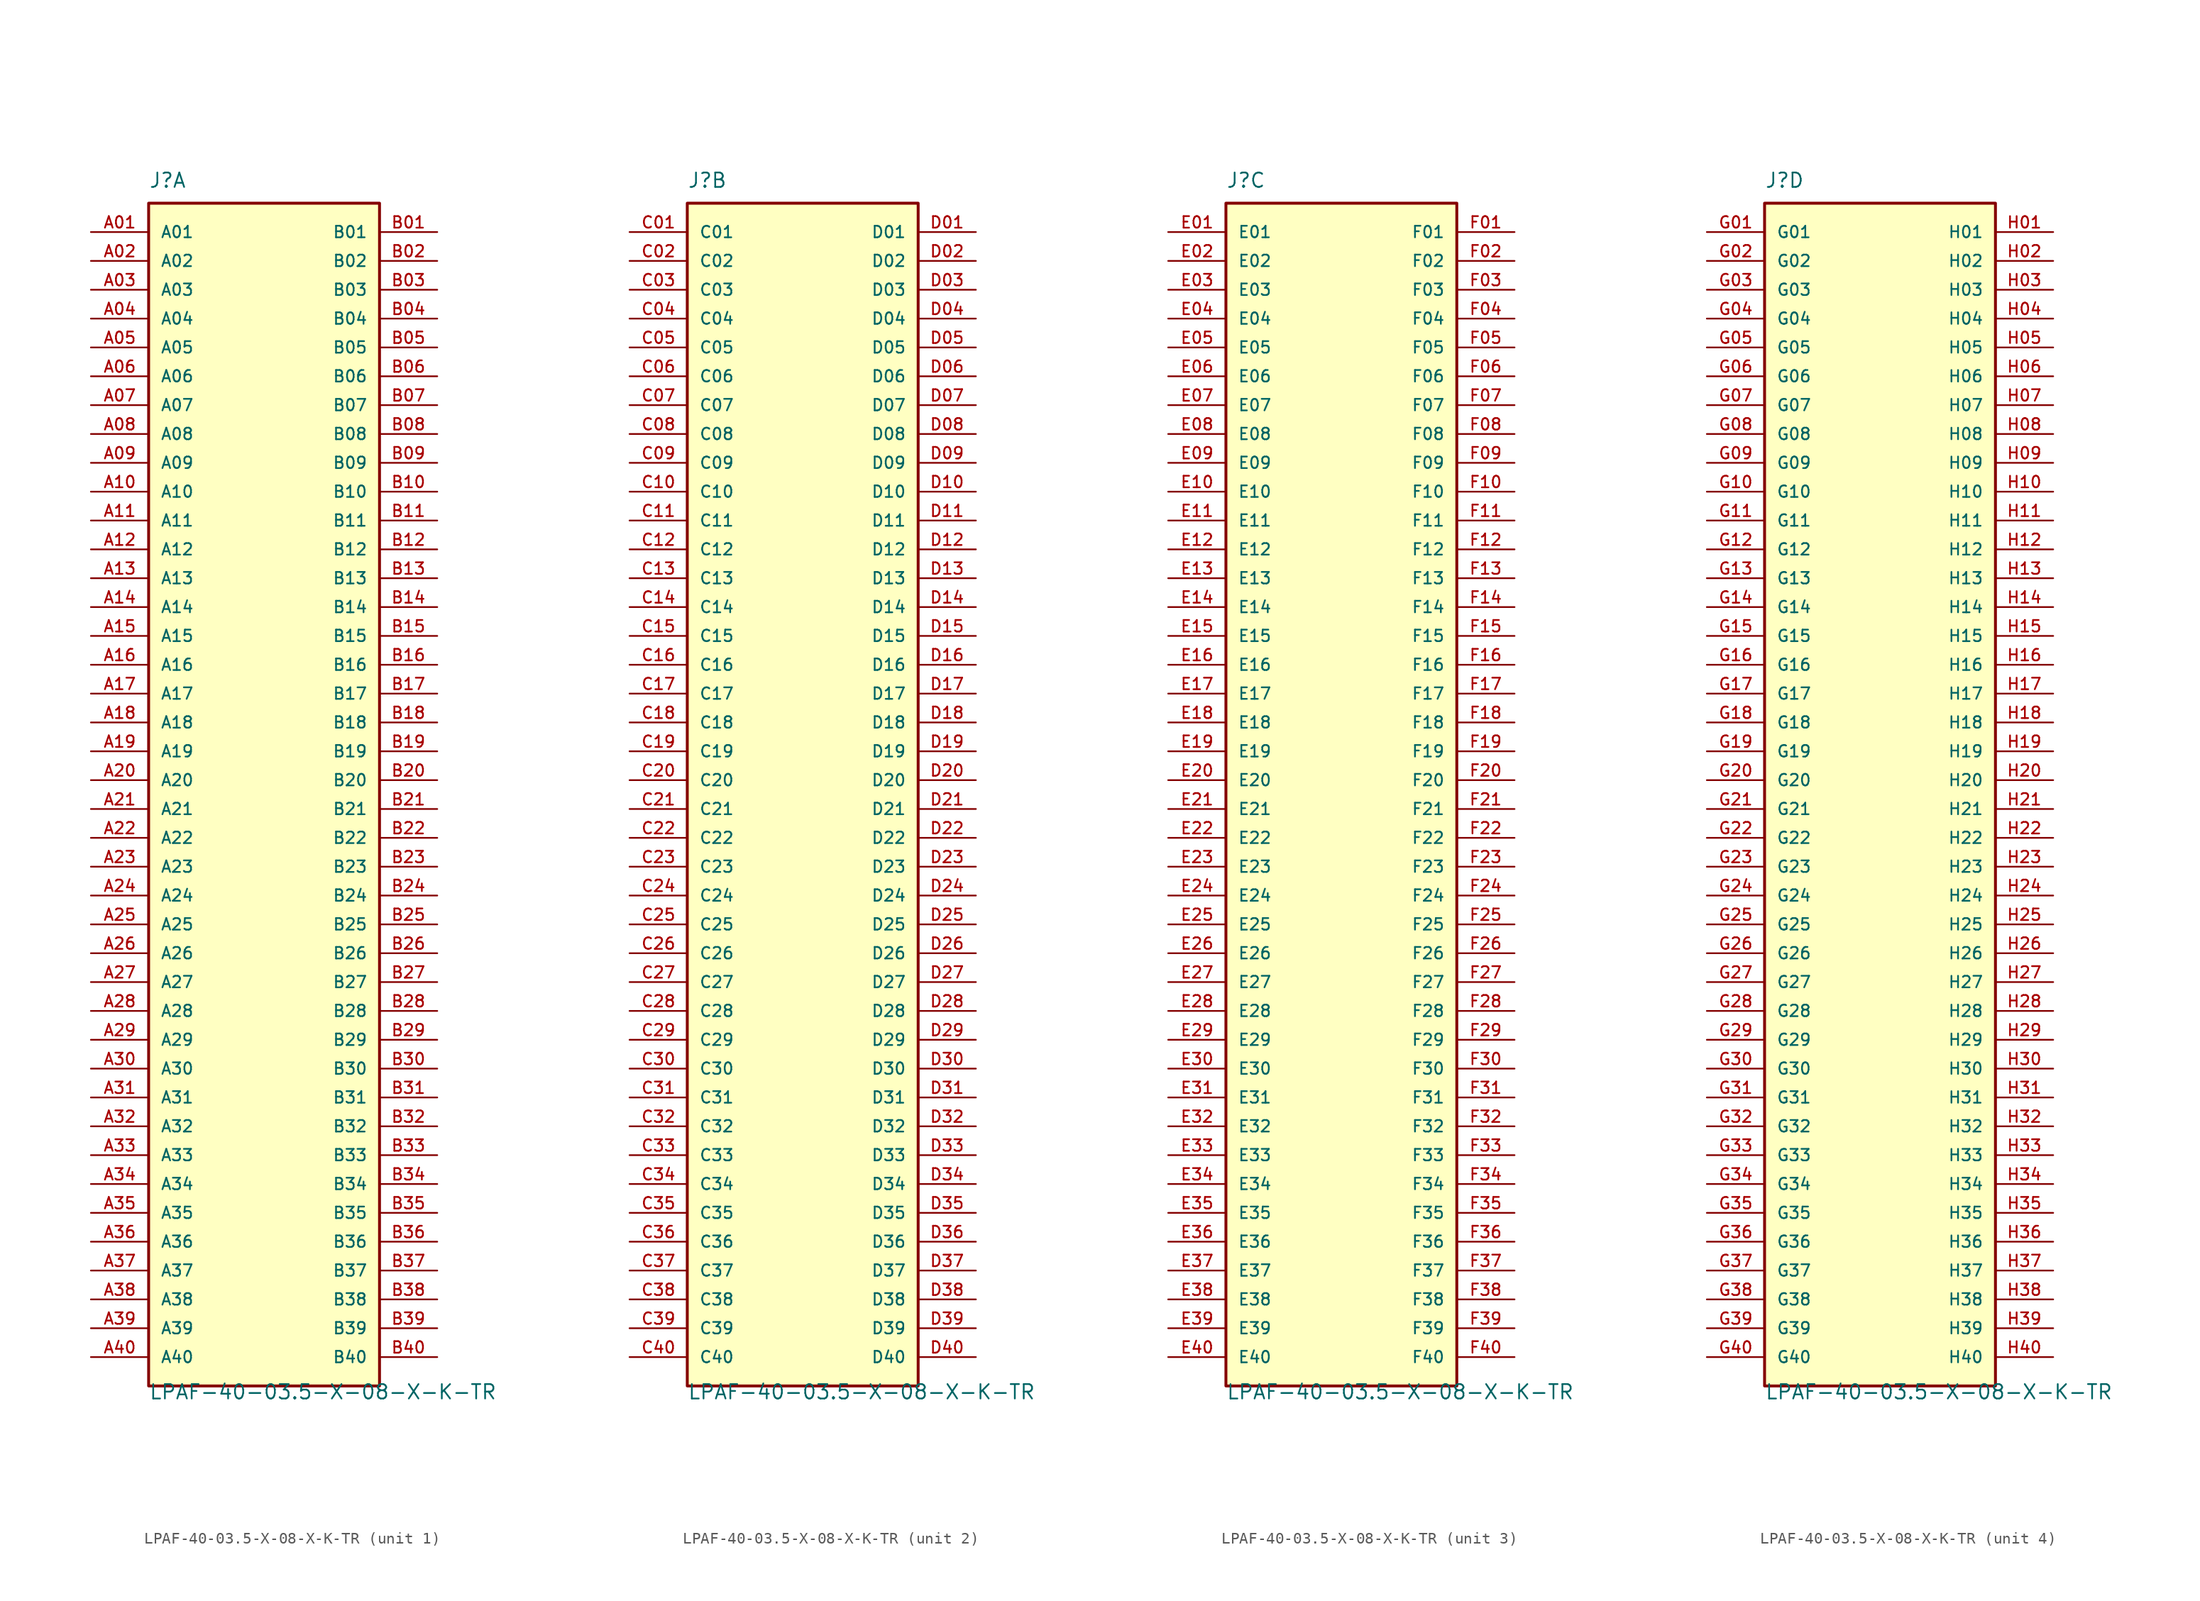
<source format=kicad_sym>
(kicad_symbol_lib
  (version 20211014)
  (generator kicad_symbol_editor)
  (symbol "LPAF-40-03.5-X-08-X-K-TR"
    (pin_names
      (offset 1.016))
    (property "Reference" "J"
      (at -10.16 52.07 0)
      (effects (font (size 1.27 1.27)) (justify left bottom)))
    (property "Value" "LPAF-40-03.5-X-08-X-K-TR"
      (at -10.16 -54.61 0)
      (effects (font (size 1.27 1.27)) (justify left bottom)))
    (property "ki_locked" ""
      (at 0 0 0)
      (effects (font (size 1.27 1.27))))
    (symbol "LPAF-40-03.5-X-08-X-K-TR_1_0"
      (rectangle (start -10.16 -53.34) (end 10.16 50.8) (stroke (width 0.254) (type default) (color 0 0 0 0)) (fill (type background)))
      (pin passive line (at -15.24 48.26 0) (length 5.08) (name "A01" (effects (font (size 1.016 1.016)))) (number "A01" (effects (font (size 1.016 1.016)))))
      (pin passive line (at -15.24 45.72 0) (length 5.08) (name "A02" (effects (font (size 1.016 1.016)))) (number "A02" (effects (font (size 1.016 1.016)))))
      (pin passive line (at -15.24 43.18 0) (length 5.08) (name "A03" (effects (font (size 1.016 1.016)))) (number "A03" (effects (font (size 1.016 1.016)))))
      (pin passive line (at -15.24 40.64 0) (length 5.08) (name "A04" (effects (font (size 1.016 1.016)))) (number "A04" (effects (font (size 1.016 1.016)))))
      (pin passive line (at -15.24 38.1 0) (length 5.08) (name "A05" (effects (font (size 1.016 1.016)))) (number "A05" (effects (font (size 1.016 1.016)))))
      (pin passive line (at -15.24 35.56 0) (length 5.08) (name "A06" (effects (font (size 1.016 1.016)))) (number "A06" (effects (font (size 1.016 1.016)))))
      (pin passive line (at -15.24 33.02 0) (length 5.08) (name "A07" (effects (font (size 1.016 1.016)))) (number "A07" (effects (font (size 1.016 1.016)))))
      (pin passive line (at -15.24 30.48 0) (length 5.08) (name "A08" (effects (font (size 1.016 1.016)))) (number "A08" (effects (font (size 1.016 1.016)))))
      (pin passive line (at -15.24 27.94 0) (length 5.08) (name "A09" (effects (font (size 1.016 1.016)))) (number "A09" (effects (font (size 1.016 1.016)))))
      (pin passive line (at -15.24 25.4 0) (length 5.08) (name "A10" (effects (font (size 1.016 1.016)))) (number "A10" (effects (font (size 1.016 1.016)))))
      (pin passive line (at -15.24 22.86 0) (length 5.08) (name "A11" (effects (font (size 1.016 1.016)))) (number "A11" (effects (font (size 1.016 1.016)))))
      (pin passive line (at -15.24 20.32 0) (length 5.08) (name "A12" (effects (font (size 1.016 1.016)))) (number "A12" (effects (font (size 1.016 1.016)))))
      (pin passive line (at -15.24 17.78 0) (length 5.08) (name "A13" (effects (font (size 1.016 1.016)))) (number "A13" (effects (font (size 1.016 1.016)))))
      (pin passive line (at -15.24 15.24 0) (length 5.08) (name "A14" (effects (font (size 1.016 1.016)))) (number "A14" (effects (font (size 1.016 1.016)))))
      (pin passive line (at -15.24 12.7 0) (length 5.08) (name "A15" (effects (font (size 1.016 1.016)))) (number "A15" (effects (font (size 1.016 1.016)))))
      (pin passive line (at -15.24 10.16 0) (length 5.08) (name "A16" (effects (font (size 1.016 1.016)))) (number "A16" (effects (font (size 1.016 1.016)))))
      (pin passive line (at -15.24 7.62 0) (length 5.08) (name "A17" (effects (font (size 1.016 1.016)))) (number "A17" (effects (font (size 1.016 1.016)))))
      (pin passive line (at -15.24 5.08 0) (length 5.08) (name "A18" (effects (font (size 1.016 1.016)))) (number "A18" (effects (font (size 1.016 1.016)))))
      (pin passive line (at -15.24 2.54 0) (length 5.08) (name "A19" (effects (font (size 1.016 1.016)))) (number "A19" (effects (font (size 1.016 1.016)))))
      (pin passive line (at -15.24 0 0) (length 5.08) (name "A20" (effects (font (size 1.016 1.016)))) (number "A20" (effects (font (size 1.016 1.016)))))
      (pin passive line (at -15.24 -2.54 0) (length 5.08) (name "A21" (effects (font (size 1.016 1.016)))) (number "A21" (effects (font (size 1.016 1.016)))))
      (pin passive line (at -15.24 -5.08 0) (length 5.08) (name "A22" (effects (font (size 1.016 1.016)))) (number "A22" (effects (font (size 1.016 1.016)))))
      (pin passive line (at -15.24 -7.62 0) (length 5.08) (name "A23" (effects (font (size 1.016 1.016)))) (number "A23" (effects (font (size 1.016 1.016)))))
      (pin passive line (at -15.24 -10.16 0) (length 5.08) (name "A24" (effects (font (size 1.016 1.016)))) (number "A24" (effects (font (size 1.016 1.016)))))
      (pin passive line (at -15.24 -12.7 0) (length 5.08) (name "A25" (effects (font (size 1.016 1.016)))) (number "A25" (effects (font (size 1.016 1.016)))))
      (pin passive line (at -15.24 -15.24 0) (length 5.08) (name "A26" (effects (font (size 1.016 1.016)))) (number "A26" (effects (font (size 1.016 1.016)))))
      (pin passive line (at -15.24 -17.78 0) (length 5.08) (name "A27" (effects (font (size 1.016 1.016)))) (number "A27" (effects (font (size 1.016 1.016)))))
      (pin passive line (at -15.24 -20.32 0) (length 5.08) (name "A28" (effects (font (size 1.016 1.016)))) (number "A28" (effects (font (size 1.016 1.016)))))
      (pin passive line (at -15.24 -22.86 0) (length 5.08) (name "A29" (effects (font (size 1.016 1.016)))) (number "A29" (effects (font (size 1.016 1.016)))))
      (pin passive line (at -15.24 -25.4 0) (length 5.08) (name "A30" (effects (font (size 1.016 1.016)))) (number "A30" (effects (font (size 1.016 1.016)))))
      (pin passive line (at -15.24 -27.94 0) (length 5.08) (name "A31" (effects (font (size 1.016 1.016)))) (number "A31" (effects (font (size 1.016 1.016)))))
      (pin passive line (at -15.24 -30.48 0) (length 5.08) (name "A32" (effects (font (size 1.016 1.016)))) (number "A32" (effects (font (size 1.016 1.016)))))
      (pin passive line (at -15.24 -33.02 0) (length 5.08) (name "A33" (effects (font (size 1.016 1.016)))) (number "A33" (effects (font (size 1.016 1.016)))))
      (pin passive line (at -15.24 -35.56 0) (length 5.08) (name "A34" (effects (font (size 1.016 1.016)))) (number "A34" (effects (font (size 1.016 1.016)))))
      (pin passive line (at -15.24 -38.1 0) (length 5.08) (name "A35" (effects (font (size 1.016 1.016)))) (number "A35" (effects (font (size 1.016 1.016)))))
      (pin passive line (at -15.24 -40.64 0) (length 5.08) (name "A36" (effects (font (size 1.016 1.016)))) (number "A36" (effects (font (size 1.016 1.016)))))
      (pin passive line (at -15.24 -43.18 0) (length 5.08) (name "A37" (effects (font (size 1.016 1.016)))) (number "A37" (effects (font (size 1.016 1.016)))))
      (pin passive line (at -15.24 -45.72 0) (length 5.08) (name "A38" (effects (font (size 1.016 1.016)))) (number "A38" (effects (font (size 1.016 1.016)))))
      (pin passive line (at -15.24 -48.26 0) (length 5.08) (name "A39" (effects (font (size 1.016 1.016)))) (number "A39" (effects (font (size 1.016 1.016)))))
      (pin passive line (at -15.24 -50.8 0) (length 5.08) (name "A40" (effects (font (size 1.016 1.016)))) (number "A40" (effects (font (size 1.016 1.016)))))
      (pin passive line (at 15.24 48.26 180) (length 5.08) (name "B01" (effects (font (size 1.016 1.016)))) (number "B01" (effects (font (size 1.016 1.016)))))
      (pin passive line (at 15.24 45.72 180) (length 5.08) (name "B02" (effects (font (size 1.016 1.016)))) (number "B02" (effects (font (size 1.016 1.016)))))
      (pin passive line (at 15.24 43.18 180) (length 5.08) (name "B03" (effects (font (size 1.016 1.016)))) (number "B03" (effects (font (size 1.016 1.016)))))
      (pin passive line (at 15.24 40.64 180) (length 5.08) (name "B04" (effects (font (size 1.016 1.016)))) (number "B04" (effects (font (size 1.016 1.016)))))
      (pin passive line (at 15.24 38.1 180) (length 5.08) (name "B05" (effects (font (size 1.016 1.016)))) (number "B05" (effects (font (size 1.016 1.016)))))
      (pin passive line (at 15.24 35.56 180) (length 5.08) (name "B06" (effects (font (size 1.016 1.016)))) (number "B06" (effects (font (size 1.016 1.016)))))
      (pin passive line (at 15.24 33.02 180) (length 5.08) (name "B07" (effects (font (size 1.016 1.016)))) (number "B07" (effects (font (size 1.016 1.016)))))
      (pin passive line (at 15.24 30.48 180) (length 5.08) (name "B08" (effects (font (size 1.016 1.016)))) (number "B08" (effects (font (size 1.016 1.016)))))
      (pin passive line (at 15.24 27.94 180) (length 5.08) (name "B09" (effects (font (size 1.016 1.016)))) (number "B09" (effects (font (size 1.016 1.016)))))
      (pin passive line (at 15.24 25.4 180) (length 5.08) (name "B10" (effects (font (size 1.016 1.016)))) (number "B10" (effects (font (size 1.016 1.016)))))
      (pin passive line (at 15.24 22.86 180) (length 5.08) (name "B11" (effects (font (size 1.016 1.016)))) (number "B11" (effects (font (size 1.016 1.016)))))
      (pin passive line (at 15.24 20.32 180) (length 5.08) (name "B12" (effects (font (size 1.016 1.016)))) (number "B12" (effects (font (size 1.016 1.016)))))
      (pin passive line (at 15.24 17.78 180) (length 5.08) (name "B13" (effects (font (size 1.016 1.016)))) (number "B13" (effects (font (size 1.016 1.016)))))
      (pin passive line (at 15.24 15.24 180) (length 5.08) (name "B14" (effects (font (size 1.016 1.016)))) (number "B14" (effects (font (size 1.016 1.016)))))
      (pin passive line (at 15.24 12.7 180) (length 5.08) (name "B15" (effects (font (size 1.016 1.016)))) (number "B15" (effects (font (size 1.016 1.016)))))
      (pin passive line (at 15.24 10.16 180) (length 5.08) (name "B16" (effects (font (size 1.016 1.016)))) (number "B16" (effects (font (size 1.016 1.016)))))
      (pin passive line (at 15.24 7.62 180) (length 5.08) (name "B17" (effects (font (size 1.016 1.016)))) (number "B17" (effects (font (size 1.016 1.016)))))
      (pin passive line (at 15.24 5.08 180) (length 5.08) (name "B18" (effects (font (size 1.016 1.016)))) (number "B18" (effects (font (size 1.016 1.016)))))
      (pin passive line (at 15.24 2.54 180) (length 5.08) (name "B19" (effects (font (size 1.016 1.016)))) (number "B19" (effects (font (size 1.016 1.016)))))
      (pin passive line (at 15.24 0 180) (length 5.08) (name "B20" (effects (font (size 1.016 1.016)))) (number "B20" (effects (font (size 1.016 1.016)))))
      (pin passive line (at 15.24 -2.54 180) (length 5.08) (name "B21" (effects (font (size 1.016 1.016)))) (number "B21" (effects (font (size 1.016 1.016)))))
      (pin passive line (at 15.24 -5.08 180) (length 5.08) (name "B22" (effects (font (size 1.016 1.016)))) (number "B22" (effects (font (size 1.016 1.016)))))
      (pin passive line (at 15.24 -7.62 180) (length 5.08) (name "B23" (effects (font (size 1.016 1.016)))) (number "B23" (effects (font (size 1.016 1.016)))))
      (pin passive line (at 15.24 -10.16 180) (length 5.08) (name "B24" (effects (font (size 1.016 1.016)))) (number "B24" (effects (font (size 1.016 1.016)))))
      (pin passive line (at 15.24 -12.7 180) (length 5.08) (name "B25" (effects (font (size 1.016 1.016)))) (number "B25" (effects (font (size 1.016 1.016)))))
      (pin passive line (at 15.24 -15.24 180) (length 5.08) (name "B26" (effects (font (size 1.016 1.016)))) (number "B26" (effects (font (size 1.016 1.016)))))
      (pin passive line (at 15.24 -17.78 180) (length 5.08) (name "B27" (effects (font (size 1.016 1.016)))) (number "B27" (effects (font (size 1.016 1.016)))))
      (pin passive line (at 15.24 -20.32 180) (length 5.08) (name "B28" (effects (font (size 1.016 1.016)))) (number "B28" (effects (font (size 1.016 1.016)))))
      (pin passive line (at 15.24 -22.86 180) (length 5.08) (name "B29" (effects (font (size 1.016 1.016)))) (number "B29" (effects (font (size 1.016 1.016)))))
      (pin passive line (at 15.24 -25.4 180) (length 5.08) (name "B30" (effects (font (size 1.016 1.016)))) (number "B30" (effects (font (size 1.016 1.016)))))
      (pin passive line (at 15.24 -27.94 180) (length 5.08) (name "B31" (effects (font (size 1.016 1.016)))) (number "B31" (effects (font (size 1.016 1.016)))))
      (pin passive line (at 15.24 -30.48 180) (length 5.08) (name "B32" (effects (font (size 1.016 1.016)))) (number "B32" (effects (font (size 1.016 1.016)))))
      (pin passive line (at 15.24 -33.02 180) (length 5.08) (name "B33" (effects (font (size 1.016 1.016)))) (number "B33" (effects (font (size 1.016 1.016)))))
      (pin passive line (at 15.24 -35.56 180) (length 5.08) (name "B34" (effects (font (size 1.016 1.016)))) (number "B34" (effects (font (size 1.016 1.016)))))
      (pin passive line (at 15.24 -38.1 180) (length 5.08) (name "B35" (effects (font (size 1.016 1.016)))) (number "B35" (effects (font (size 1.016 1.016)))))
      (pin passive line (at 15.24 -40.64 180) (length 5.08) (name "B36" (effects (font (size 1.016 1.016)))) (number "B36" (effects (font (size 1.016 1.016)))))
      (pin passive line (at 15.24 -43.18 180) (length 5.08) (name "B37" (effects (font (size 1.016 1.016)))) (number "B37" (effects (font (size 1.016 1.016)))))
      (pin passive line (at 15.24 -45.72 180) (length 5.08) (name "B38" (effects (font (size 1.016 1.016)))) (number "B38" (effects (font (size 1.016 1.016)))))
      (pin passive line (at 15.24 -48.26 180) (length 5.08) (name "B39" (effects (font (size 1.016 1.016)))) (number "B39" (effects (font (size 1.016 1.016)))))
      (pin passive line (at 15.24 -50.8 180) (length 5.08) (name "B40" (effects (font (size 1.016 1.016)))) (number "B40" (effects (font (size 1.016 1.016))))))
    (symbol "LPAF-40-03.5-X-08-X-K-TR_2_0"
      (rectangle (start -10.16 -53.34) (end 10.16 50.8) (stroke (width 0.254) (type default) (color 0 0 0 0)) (fill (type background)))
      (pin passive line (at -15.24 48.26 0) (length 5.08) (name "C01" (effects (font (size 1.016 1.016)))) (number "C01" (effects (font (size 1.016 1.016)))))
      (pin passive line (at -15.24 45.72 0) (length 5.08) (name "C02" (effects (font (size 1.016 1.016)))) (number "C02" (effects (font (size 1.016 1.016)))))
      (pin passive line (at -15.24 43.18 0) (length 5.08) (name "C03" (effects (font (size 1.016 1.016)))) (number "C03" (effects (font (size 1.016 1.016)))))
      (pin passive line (at -15.24 40.64 0) (length 5.08) (name "C04" (effects (font (size 1.016 1.016)))) (number "C04" (effects (font (size 1.016 1.016)))))
      (pin passive line (at -15.24 38.1 0) (length 5.08) (name "C05" (effects (font (size 1.016 1.016)))) (number "C05" (effects (font (size 1.016 1.016)))))
      (pin passive line (at -15.24 35.56 0) (length 5.08) (name "C06" (effects (font (size 1.016 1.016)))) (number "C06" (effects (font (size 1.016 1.016)))))
      (pin passive line (at -15.24 33.02 0) (length 5.08) (name "C07" (effects (font (size 1.016 1.016)))) (number "C07" (effects (font (size 1.016 1.016)))))
      (pin passive line (at -15.24 30.48 0) (length 5.08) (name "C08" (effects (font (size 1.016 1.016)))) (number "C08" (effects (font (size 1.016 1.016)))))
      (pin passive line (at -15.24 27.94 0) (length 5.08) (name "C09" (effects (font (size 1.016 1.016)))) (number "C09" (effects (font (size 1.016 1.016)))))
      (pin passive line (at -15.24 25.4 0) (length 5.08) (name "C10" (effects (font (size 1.016 1.016)))) (number "C10" (effects (font (size 1.016 1.016)))))
      (pin passive line (at -15.24 22.86 0) (length 5.08) (name "C11" (effects (font (size 1.016 1.016)))) (number "C11" (effects (font (size 1.016 1.016)))))
      (pin passive line (at -15.24 20.32 0) (length 5.08) (name "C12" (effects (font (size 1.016 1.016)))) (number "C12" (effects (font (size 1.016 1.016)))))
      (pin passive line (at -15.24 17.78 0) (length 5.08) (name "C13" (effects (font (size 1.016 1.016)))) (number "C13" (effects (font (size 1.016 1.016)))))
      (pin passive line (at -15.24 15.24 0) (length 5.08) (name "C14" (effects (font (size 1.016 1.016)))) (number "C14" (effects (font (size 1.016 1.016)))))
      (pin passive line (at -15.24 12.7 0) (length 5.08) (name "C15" (effects (font (size 1.016 1.016)))) (number "C15" (effects (font (size 1.016 1.016)))))
      (pin passive line (at -15.24 10.16 0) (length 5.08) (name "C16" (effects (font (size 1.016 1.016)))) (number "C16" (effects (font (size 1.016 1.016)))))
      (pin passive line (at -15.24 7.62 0) (length 5.08) (name "C17" (effects (font (size 1.016 1.016)))) (number "C17" (effects (font (size 1.016 1.016)))))
      (pin passive line (at -15.24 5.08 0) (length 5.08) (name "C18" (effects (font (size 1.016 1.016)))) (number "C18" (effects (font (size 1.016 1.016)))))
      (pin passive line (at -15.24 2.54 0) (length 5.08) (name "C19" (effects (font (size 1.016 1.016)))) (number "C19" (effects (font (size 1.016 1.016)))))
      (pin passive line (at -15.24 0 0) (length 5.08) (name "C20" (effects (font (size 1.016 1.016)))) (number "C20" (effects (font (size 1.016 1.016)))))
      (pin passive line (at -15.24 -2.54 0) (length 5.08) (name "C21" (effects (font (size 1.016 1.016)))) (number "C21" (effects (font (size 1.016 1.016)))))
      (pin passive line (at -15.24 -5.08 0) (length 5.08) (name "C22" (effects (font (size 1.016 1.016)))) (number "C22" (effects (font (size 1.016 1.016)))))
      (pin passive line (at -15.24 -7.62 0) (length 5.08) (name "C23" (effects (font (size 1.016 1.016)))) (number "C23" (effects (font (size 1.016 1.016)))))
      (pin passive line (at -15.24 -10.16 0) (length 5.08) (name "C24" (effects (font (size 1.016 1.016)))) (number "C24" (effects (font (size 1.016 1.016)))))
      (pin passive line (at -15.24 -12.7 0) (length 5.08) (name "C25" (effects (font (size 1.016 1.016)))) (number "C25" (effects (font (size 1.016 1.016)))))
      (pin passive line (at -15.24 -15.24 0) (length 5.08) (name "C26" (effects (font (size 1.016 1.016)))) (number "C26" (effects (font (size 1.016 1.016)))))
      (pin passive line (at -15.24 -17.78 0) (length 5.08) (name "C27" (effects (font (size 1.016 1.016)))) (number "C27" (effects (font (size 1.016 1.016)))))
      (pin passive line (at -15.24 -20.32 0) (length 5.08) (name "C28" (effects (font (size 1.016 1.016)))) (number "C28" (effects (font (size 1.016 1.016)))))
      (pin passive line (at -15.24 -22.86 0) (length 5.08) (name "C29" (effects (font (size 1.016 1.016)))) (number "C29" (effects (font (size 1.016 1.016)))))
      (pin passive line (at -15.24 -25.4 0) (length 5.08) (name "C30" (effects (font (size 1.016 1.016)))) (number "C30" (effects (font (size 1.016 1.016)))))
      (pin passive line (at -15.24 -27.94 0) (length 5.08) (name "C31" (effects (font (size 1.016 1.016)))) (number "C31" (effects (font (size 1.016 1.016)))))
      (pin passive line (at -15.24 -30.48 0) (length 5.08) (name "C32" (effects (font (size 1.016 1.016)))) (number "C32" (effects (font (size 1.016 1.016)))))
      (pin passive line (at -15.24 -33.02 0) (length 5.08) (name "C33" (effects (font (size 1.016 1.016)))) (number "C33" (effects (font (size 1.016 1.016)))))
      (pin passive line (at -15.24 -35.56 0) (length 5.08) (name "C34" (effects (font (size 1.016 1.016)))) (number "C34" (effects (font (size 1.016 1.016)))))
      (pin passive line (at -15.24 -38.1 0) (length 5.08) (name "C35" (effects (font (size 1.016 1.016)))) (number "C35" (effects (font (size 1.016 1.016)))))
      (pin passive line (at -15.24 -40.64 0) (length 5.08) (name "C36" (effects (font (size 1.016 1.016)))) (number "C36" (effects (font (size 1.016 1.016)))))
      (pin passive line (at -15.24 -43.18 0) (length 5.08) (name "C37" (effects (font (size 1.016 1.016)))) (number "C37" (effects (font (size 1.016 1.016)))))
      (pin passive line (at -15.24 -45.72 0) (length 5.08) (name "C38" (effects (font (size 1.016 1.016)))) (number "C38" (effects (font (size 1.016 1.016)))))
      (pin passive line (at -15.24 -48.26 0) (length 5.08) (name "C39" (effects (font (size 1.016 1.016)))) (number "C39" (effects (font (size 1.016 1.016)))))
      (pin passive line (at -15.24 -50.8 0) (length 5.08) (name "C40" (effects (font (size 1.016 1.016)))) (number "C40" (effects (font (size 1.016 1.016)))))
      (pin passive line (at 15.24 48.26 180) (length 5.08) (name "D01" (effects (font (size 1.016 1.016)))) (number "D01" (effects (font (size 1.016 1.016)))))
      (pin passive line (at 15.24 45.72 180) (length 5.08) (name "D02" (effects (font (size 1.016 1.016)))) (number "D02" (effects (font (size 1.016 1.016)))))
      (pin passive line (at 15.24 43.18 180) (length 5.08) (name "D03" (effects (font (size 1.016 1.016)))) (number "D03" (effects (font (size 1.016 1.016)))))
      (pin passive line (at 15.24 40.64 180) (length 5.08) (name "D04" (effects (font (size 1.016 1.016)))) (number "D04" (effects (font (size 1.016 1.016)))))
      (pin passive line (at 15.24 38.1 180) (length 5.08) (name "D05" (effects (font (size 1.016 1.016)))) (number "D05" (effects (font (size 1.016 1.016)))))
      (pin passive line (at 15.24 35.56 180) (length 5.08) (name "D06" (effects (font (size 1.016 1.016)))) (number "D06" (effects (font (size 1.016 1.016)))))
      (pin passive line (at 15.24 33.02 180) (length 5.08) (name "D07" (effects (font (size 1.016 1.016)))) (number "D07" (effects (font (size 1.016 1.016)))))
      (pin passive line (at 15.24 30.48 180) (length 5.08) (name "D08" (effects (font (size 1.016 1.016)))) (number "D08" (effects (font (size 1.016 1.016)))))
      (pin passive line (at 15.24 27.94 180) (length 5.08) (name "D09" (effects (font (size 1.016 1.016)))) (number "D09" (effects (font (size 1.016 1.016)))))
      (pin passive line (at 15.24 25.4 180) (length 5.08) (name "D10" (effects (font (size 1.016 1.016)))) (number "D10" (effects (font (size 1.016 1.016)))))
      (pin passive line (at 15.24 22.86 180) (length 5.08) (name "D11" (effects (font (size 1.016 1.016)))) (number "D11" (effects (font (size 1.016 1.016)))))
      (pin passive line (at 15.24 20.32 180) (length 5.08) (name "D12" (effects (font (size 1.016 1.016)))) (number "D12" (effects (font (size 1.016 1.016)))))
      (pin passive line (at 15.24 17.78 180) (length 5.08) (name "D13" (effects (font (size 1.016 1.016)))) (number "D13" (effects (font (size 1.016 1.016)))))
      (pin passive line (at 15.24 15.24 180) (length 5.08) (name "D14" (effects (font (size 1.016 1.016)))) (number "D14" (effects (font (size 1.016 1.016)))))
      (pin passive line (at 15.24 12.7 180) (length 5.08) (name "D15" (effects (font (size 1.016 1.016)))) (number "D15" (effects (font (size 1.016 1.016)))))
      (pin passive line (at 15.24 10.16 180) (length 5.08) (name "D16" (effects (font (size 1.016 1.016)))) (number "D16" (effects (font (size 1.016 1.016)))))
      (pin passive line (at 15.24 7.62 180) (length 5.08) (name "D17" (effects (font (size 1.016 1.016)))) (number "D17" (effects (font (size 1.016 1.016)))))
      (pin passive line (at 15.24 5.08 180) (length 5.08) (name "D18" (effects (font (size 1.016 1.016)))) (number "D18" (effects (font (size 1.016 1.016)))))
      (pin passive line (at 15.24 2.54 180) (length 5.08) (name "D19" (effects (font (size 1.016 1.016)))) (number "D19" (effects (font (size 1.016 1.016)))))
      (pin passive line (at 15.24 0 180) (length 5.08) (name "D20" (effects (font (size 1.016 1.016)))) (number "D20" (effects (font (size 1.016 1.016)))))
      (pin passive line (at 15.24 -2.54 180) (length 5.08) (name "D21" (effects (font (size 1.016 1.016)))) (number "D21" (effects (font (size 1.016 1.016)))))
      (pin passive line (at 15.24 -5.08 180) (length 5.08) (name "D22" (effects (font (size 1.016 1.016)))) (number "D22" (effects (font (size 1.016 1.016)))))
      (pin passive line (at 15.24 -7.62 180) (length 5.08) (name "D23" (effects (font (size 1.016 1.016)))) (number "D23" (effects (font (size 1.016 1.016)))))
      (pin passive line (at 15.24 -10.16 180) (length 5.08) (name "D24" (effects (font (size 1.016 1.016)))) (number "D24" (effects (font (size 1.016 1.016)))))
      (pin passive line (at 15.24 -12.7 180) (length 5.08) (name "D25" (effects (font (size 1.016 1.016)))) (number "D25" (effects (font (size 1.016 1.016)))))
      (pin passive line (at 15.24 -15.24 180) (length 5.08) (name "D26" (effects (font (size 1.016 1.016)))) (number "D26" (effects (font (size 1.016 1.016)))))
      (pin passive line (at 15.24 -17.78 180) (length 5.08) (name "D27" (effects (font (size 1.016 1.016)))) (number "D27" (effects (font (size 1.016 1.016)))))
      (pin passive line (at 15.24 -20.32 180) (length 5.08) (name "D28" (effects (font (size 1.016 1.016)))) (number "D28" (effects (font (size 1.016 1.016)))))
      (pin passive line (at 15.24 -22.86 180) (length 5.08) (name "D29" (effects (font (size 1.016 1.016)))) (number "D29" (effects (font (size 1.016 1.016)))))
      (pin passive line (at 15.24 -25.4 180) (length 5.08) (name "D30" (effects (font (size 1.016 1.016)))) (number "D30" (effects (font (size 1.016 1.016)))))
      (pin passive line (at 15.24 -27.94 180) (length 5.08) (name "D31" (effects (font (size 1.016 1.016)))) (number "D31" (effects (font (size 1.016 1.016)))))
      (pin passive line (at 15.24 -30.48 180) (length 5.08) (name "D32" (effects (font (size 1.016 1.016)))) (number "D32" (effects (font (size 1.016 1.016)))))
      (pin passive line (at 15.24 -33.02 180) (length 5.08) (name "D33" (effects (font (size 1.016 1.016)))) (number "D33" (effects (font (size 1.016 1.016)))))
      (pin passive line (at 15.24 -35.56 180) (length 5.08) (name "D34" (effects (font (size 1.016 1.016)))) (number "D34" (effects (font (size 1.016 1.016)))))
      (pin passive line (at 15.24 -38.1 180) (length 5.08) (name "D35" (effects (font (size 1.016 1.016)))) (number "D35" (effects (font (size 1.016 1.016)))))
      (pin passive line (at 15.24 -40.64 180) (length 5.08) (name "D36" (effects (font (size 1.016 1.016)))) (number "D36" (effects (font (size 1.016 1.016)))))
      (pin passive line (at 15.24 -43.18 180) (length 5.08) (name "D37" (effects (font (size 1.016 1.016)))) (number "D37" (effects (font (size 1.016 1.016)))))
      (pin passive line (at 15.24 -45.72 180) (length 5.08) (name "D38" (effects (font (size 1.016 1.016)))) (number "D38" (effects (font (size 1.016 1.016)))))
      (pin passive line (at 15.24 -48.26 180) (length 5.08) (name "D39" (effects (font (size 1.016 1.016)))) (number "D39" (effects (font (size 1.016 1.016)))))
      (pin passive line (at 15.24 -50.8 180) (length 5.08) (name "D40" (effects (font (size 1.016 1.016)))) (number "D40" (effects (font (size 1.016 1.016))))))
    (symbol "LPAF-40-03.5-X-08-X-K-TR_3_0"
      (rectangle (start -10.16 -53.34) (end 10.16 50.8) (stroke (width 0.254) (type default) (color 0 0 0 0)) (fill (type background)))
      (pin passive line (at -15.24 48.26 0) (length 5.08) (name "E01" (effects (font (size 1.016 1.016)))) (number "E01" (effects (font (size 1.016 1.016)))))
      (pin passive line (at -15.24 45.72 0) (length 5.08) (name "E02" (effects (font (size 1.016 1.016)))) (number "E02" (effects (font (size 1.016 1.016)))))
      (pin passive line (at -15.24 43.18 0) (length 5.08) (name "E03" (effects (font (size 1.016 1.016)))) (number "E03" (effects (font (size 1.016 1.016)))))
      (pin passive line (at -15.24 40.64 0) (length 5.08) (name "E04" (effects (font (size 1.016 1.016)))) (number "E04" (effects (font (size 1.016 1.016)))))
      (pin passive line (at -15.24 38.1 0) (length 5.08) (name "E05" (effects (font (size 1.016 1.016)))) (number "E05" (effects (font (size 1.016 1.016)))))
      (pin passive line (at -15.24 35.56 0) (length 5.08) (name "E06" (effects (font (size 1.016 1.016)))) (number "E06" (effects (font (size 1.016 1.016)))))
      (pin passive line (at -15.24 33.02 0) (length 5.08) (name "E07" (effects (font (size 1.016 1.016)))) (number "E07" (effects (font (size 1.016 1.016)))))
      (pin passive line (at -15.24 30.48 0) (length 5.08) (name "E08" (effects (font (size 1.016 1.016)))) (number "E08" (effects (font (size 1.016 1.016)))))
      (pin passive line (at -15.24 27.94 0) (length 5.08) (name "E09" (effects (font (size 1.016 1.016)))) (number "E09" (effects (font (size 1.016 1.016)))))
      (pin passive line (at -15.24 25.4 0) (length 5.08) (name "E10" (effects (font (size 1.016 1.016)))) (number "E10" (effects (font (size 1.016 1.016)))))
      (pin passive line (at -15.24 22.86 0) (length 5.08) (name "E11" (effects (font (size 1.016 1.016)))) (number "E11" (effects (font (size 1.016 1.016)))))
      (pin passive line (at -15.24 20.32 0) (length 5.08) (name "E12" (effects (font (size 1.016 1.016)))) (number "E12" (effects (font (size 1.016 1.016)))))
      (pin passive line (at -15.24 17.78 0) (length 5.08) (name "E13" (effects (font (size 1.016 1.016)))) (number "E13" (effects (font (size 1.016 1.016)))))
      (pin passive line (at -15.24 15.24 0) (length 5.08) (name "E14" (effects (font (size 1.016 1.016)))) (number "E14" (effects (font (size 1.016 1.016)))))
      (pin passive line (at -15.24 12.7 0) (length 5.08) (name "E15" (effects (font (size 1.016 1.016)))) (number "E15" (effects (font (size 1.016 1.016)))))
      (pin passive line (at -15.24 10.16 0) (length 5.08) (name "E16" (effects (font (size 1.016 1.016)))) (number "E16" (effects (font (size 1.016 1.016)))))
      (pin passive line (at -15.24 7.62 0) (length 5.08) (name "E17" (effects (font (size 1.016 1.016)))) (number "E17" (effects (font (size 1.016 1.016)))))
      (pin passive line (at -15.24 5.08 0) (length 5.08) (name "E18" (effects (font (size 1.016 1.016)))) (number "E18" (effects (font (size 1.016 1.016)))))
      (pin passive line (at -15.24 2.54 0) (length 5.08) (name "E19" (effects (font (size 1.016 1.016)))) (number "E19" (effects (font (size 1.016 1.016)))))
      (pin passive line (at -15.24 0 0) (length 5.08) (name "E20" (effects (font (size 1.016 1.016)))) (number "E20" (effects (font (size 1.016 1.016)))))
      (pin passive line (at -15.24 -2.54 0) (length 5.08) (name "E21" (effects (font (size 1.016 1.016)))) (number "E21" (effects (font (size 1.016 1.016)))))
      (pin passive line (at -15.24 -5.08 0) (length 5.08) (name "E22" (effects (font (size 1.016 1.016)))) (number "E22" (effects (font (size 1.016 1.016)))))
      (pin passive line (at -15.24 -7.62 0) (length 5.08) (name "E23" (effects (font (size 1.016 1.016)))) (number "E23" (effects (font (size 1.016 1.016)))))
      (pin passive line (at -15.24 -10.16 0) (length 5.08) (name "E24" (effects (font (size 1.016 1.016)))) (number "E24" (effects (font (size 1.016 1.016)))))
      (pin passive line (at -15.24 -12.7 0) (length 5.08) (name "E25" (effects (font (size 1.016 1.016)))) (number "E25" (effects (font (size 1.016 1.016)))))
      (pin passive line (at -15.24 -15.24 0) (length 5.08) (name "E26" (effects (font (size 1.016 1.016)))) (number "E26" (effects (font (size 1.016 1.016)))))
      (pin passive line (at -15.24 -17.78 0) (length 5.08) (name "E27" (effects (font (size 1.016 1.016)))) (number "E27" (effects (font (size 1.016 1.016)))))
      (pin passive line (at -15.24 -20.32 0) (length 5.08) (name "E28" (effects (font (size 1.016 1.016)))) (number "E28" (effects (font (size 1.016 1.016)))))
      (pin passive line (at -15.24 -22.86 0) (length 5.08) (name "E29" (effects (font (size 1.016 1.016)))) (number "E29" (effects (font (size 1.016 1.016)))))
      (pin passive line (at -15.24 -25.4 0) (length 5.08) (name "E30" (effects (font (size 1.016 1.016)))) (number "E30" (effects (font (size 1.016 1.016)))))
      (pin passive line (at -15.24 -27.94 0) (length 5.08) (name "E31" (effects (font (size 1.016 1.016)))) (number "E31" (effects (font (size 1.016 1.016)))))
      (pin passive line (at -15.24 -30.48 0) (length 5.08) (name "E32" (effects (font (size 1.016 1.016)))) (number "E32" (effects (font (size 1.016 1.016)))))
      (pin passive line (at -15.24 -33.02 0) (length 5.08) (name "E33" (effects (font (size 1.016 1.016)))) (number "E33" (effects (font (size 1.016 1.016)))))
      (pin passive line (at -15.24 -35.56 0) (length 5.08) (name "E34" (effects (font (size 1.016 1.016)))) (number "E34" (effects (font (size 1.016 1.016)))))
      (pin passive line (at -15.24 -38.1 0) (length 5.08) (name "E35" (effects (font (size 1.016 1.016)))) (number "E35" (effects (font (size 1.016 1.016)))))
      (pin passive line (at -15.24 -40.64 0) (length 5.08) (name "E36" (effects (font (size 1.016 1.016)))) (number "E36" (effects (font (size 1.016 1.016)))))
      (pin passive line (at -15.24 -43.18 0) (length 5.08) (name "E37" (effects (font (size 1.016 1.016)))) (number "E37" (effects (font (size 1.016 1.016)))))
      (pin passive line (at -15.24 -45.72 0) (length 5.08) (name "E38" (effects (font (size 1.016 1.016)))) (number "E38" (effects (font (size 1.016 1.016)))))
      (pin passive line (at -15.24 -48.26 0) (length 5.08) (name "E39" (effects (font (size 1.016 1.016)))) (number "E39" (effects (font (size 1.016 1.016)))))
      (pin passive line (at -15.24 -50.8 0) (length 5.08) (name "E40" (effects (font (size 1.016 1.016)))) (number "E40" (effects (font (size 1.016 1.016)))))
      (pin passive line (at 15.24 48.26 180) (length 5.08) (name "F01" (effects (font (size 1.016 1.016)))) (number "F01" (effects (font (size 1.016 1.016)))))
      (pin passive line (at 15.24 45.72 180) (length 5.08) (name "F02" (effects (font (size 1.016 1.016)))) (number "F02" (effects (font (size 1.016 1.016)))))
      (pin passive line (at 15.24 43.18 180) (length 5.08) (name "F03" (effects (font (size 1.016 1.016)))) (number "F03" (effects (font (size 1.016 1.016)))))
      (pin passive line (at 15.24 40.64 180) (length 5.08) (name "F04" (effects (font (size 1.016 1.016)))) (number "F04" (effects (font (size 1.016 1.016)))))
      (pin passive line (at 15.24 38.1 180) (length 5.08) (name "F05" (effects (font (size 1.016 1.016)))) (number "F05" (effects (font (size 1.016 1.016)))))
      (pin passive line (at 15.24 35.56 180) (length 5.08) (name "F06" (effects (font (size 1.016 1.016)))) (number "F06" (effects (font (size 1.016 1.016)))))
      (pin passive line (at 15.24 33.02 180) (length 5.08) (name "F07" (effects (font (size 1.016 1.016)))) (number "F07" (effects (font (size 1.016 1.016)))))
      (pin passive line (at 15.24 30.48 180) (length 5.08) (name "F08" (effects (font (size 1.016 1.016)))) (number "F08" (effects (font (size 1.016 1.016)))))
      (pin passive line (at 15.24 27.94 180) (length 5.08) (name "F09" (effects (font (size 1.016 1.016)))) (number "F09" (effects (font (size 1.016 1.016)))))
      (pin passive line (at 15.24 25.4 180) (length 5.08) (name "F10" (effects (font (size 1.016 1.016)))) (number "F10" (effects (font (size 1.016 1.016)))))
      (pin passive line (at 15.24 22.86 180) (length 5.08) (name "F11" (effects (font (size 1.016 1.016)))) (number "F11" (effects (font (size 1.016 1.016)))))
      (pin passive line (at 15.24 20.32 180) (length 5.08) (name "F12" (effects (font (size 1.016 1.016)))) (number "F12" (effects (font (size 1.016 1.016)))))
      (pin passive line (at 15.24 17.78 180) (length 5.08) (name "F13" (effects (font (size 1.016 1.016)))) (number "F13" (effects (font (size 1.016 1.016)))))
      (pin passive line (at 15.24 15.24 180) (length 5.08) (name "F14" (effects (font (size 1.016 1.016)))) (number "F14" (effects (font (size 1.016 1.016)))))
      (pin passive line (at 15.24 12.7 180) (length 5.08) (name "F15" (effects (font (size 1.016 1.016)))) (number "F15" (effects (font (size 1.016 1.016)))))
      (pin passive line (at 15.24 10.16 180) (length 5.08) (name "F16" (effects (font (size 1.016 1.016)))) (number "F16" (effects (font (size 1.016 1.016)))))
      (pin passive line (at 15.24 7.62 180) (length 5.08) (name "F17" (effects (font (size 1.016 1.016)))) (number "F17" (effects (font (size 1.016 1.016)))))
      (pin passive line (at 15.24 5.08 180) (length 5.08) (name "F18" (effects (font (size 1.016 1.016)))) (number "F18" (effects (font (size 1.016 1.016)))))
      (pin passive line (at 15.24 2.54 180) (length 5.08) (name "F19" (effects (font (size 1.016 1.016)))) (number "F19" (effects (font (size 1.016 1.016)))))
      (pin passive line (at 15.24 0 180) (length 5.08) (name "F20" (effects (font (size 1.016 1.016)))) (number "F20" (effects (font (size 1.016 1.016)))))
      (pin passive line (at 15.24 -2.54 180) (length 5.08) (name "F21" (effects (font (size 1.016 1.016)))) (number "F21" (effects (font (size 1.016 1.016)))))
      (pin passive line (at 15.24 -5.08 180) (length 5.08) (name "F22" (effects (font (size 1.016 1.016)))) (number "F22" (effects (font (size 1.016 1.016)))))
      (pin passive line (at 15.24 -7.62 180) (length 5.08) (name "F23" (effects (font (size 1.016 1.016)))) (number "F23" (effects (font (size 1.016 1.016)))))
      (pin passive line (at 15.24 -10.16 180) (length 5.08) (name "F24" (effects (font (size 1.016 1.016)))) (number "F24" (effects (font (size 1.016 1.016)))))
      (pin passive line (at 15.24 -12.7 180) (length 5.08) (name "F25" (effects (font (size 1.016 1.016)))) (number "F25" (effects (font (size 1.016 1.016)))))
      (pin passive line (at 15.24 -15.24 180) (length 5.08) (name "F26" (effects (font (size 1.016 1.016)))) (number "F26" (effects (font (size 1.016 1.016)))))
      (pin passive line (at 15.24 -17.78 180) (length 5.08) (name "F27" (effects (font (size 1.016 1.016)))) (number "F27" (effects (font (size 1.016 1.016)))))
      (pin passive line (at 15.24 -20.32 180) (length 5.08) (name "F28" (effects (font (size 1.016 1.016)))) (number "F28" (effects (font (size 1.016 1.016)))))
      (pin passive line (at 15.24 -22.86 180) (length 5.08) (name "F29" (effects (font (size 1.016 1.016)))) (number "F29" (effects (font (size 1.016 1.016)))))
      (pin passive line (at 15.24 -25.4 180) (length 5.08) (name "F30" (effects (font (size 1.016 1.016)))) (number "F30" (effects (font (size 1.016 1.016)))))
      (pin passive line (at 15.24 -27.94 180) (length 5.08) (name "F31" (effects (font (size 1.016 1.016)))) (number "F31" (effects (font (size 1.016 1.016)))))
      (pin passive line (at 15.24 -30.48 180) (length 5.08) (name "F32" (effects (font (size 1.016 1.016)))) (number "F32" (effects (font (size 1.016 1.016)))))
      (pin passive line (at 15.24 -33.02 180) (length 5.08) (name "F33" (effects (font (size 1.016 1.016)))) (number "F33" (effects (font (size 1.016 1.016)))))
      (pin passive line (at 15.24 -35.56 180) (length 5.08) (name "F34" (effects (font (size 1.016 1.016)))) (number "F34" (effects (font (size 1.016 1.016)))))
      (pin passive line (at 15.24 -38.1 180) (length 5.08) (name "F35" (effects (font (size 1.016 1.016)))) (number "F35" (effects (font (size 1.016 1.016)))))
      (pin passive line (at 15.24 -40.64 180) (length 5.08) (name "F36" (effects (font (size 1.016 1.016)))) (number "F36" (effects (font (size 1.016 1.016)))))
      (pin passive line (at 15.24 -43.18 180) (length 5.08) (name "F37" (effects (font (size 1.016 1.016)))) (number "F37" (effects (font (size 1.016 1.016)))))
      (pin passive line (at 15.24 -45.72 180) (length 5.08) (name "F38" (effects (font (size 1.016 1.016)))) (number "F38" (effects (font (size 1.016 1.016)))))
      (pin passive line (at 15.24 -48.26 180) (length 5.08) (name "F39" (effects (font (size 1.016 1.016)))) (number "F39" (effects (font (size 1.016 1.016)))))
      (pin passive line (at 15.24 -50.8 180) (length 5.08) (name "F40" (effects (font (size 1.016 1.016)))) (number "F40" (effects (font (size 1.016 1.016))))))
    (symbol "LPAF-40-03.5-X-08-X-K-TR_4_0"
      (rectangle (start -10.16 -53.34) (end 10.16 50.8) (stroke (width 0.254) (type default) (color 0 0 0 0)) (fill (type background)))
      (pin passive line (at -15.24 48.26 0) (length 5.08) (name "G01" (effects (font (size 1.016 1.016)))) (number "G01" (effects (font (size 1.016 1.016)))))
      (pin passive line (at -15.24 45.72 0) (length 5.08) (name "G02" (effects (font (size 1.016 1.016)))) (number "G02" (effects (font (size 1.016 1.016)))))
      (pin passive line (at -15.24 43.18 0) (length 5.08) (name "G03" (effects (font (size 1.016 1.016)))) (number "G03" (effects (font (size 1.016 1.016)))))
      (pin passive line (at -15.24 40.64 0) (length 5.08) (name "G04" (effects (font (size 1.016 1.016)))) (number "G04" (effects (font (size 1.016 1.016)))))
      (pin passive line (at -15.24 38.1 0) (length 5.08) (name "G05" (effects (font (size 1.016 1.016)))) (number "G05" (effects (font (size 1.016 1.016)))))
      (pin passive line (at -15.24 35.56 0) (length 5.08) (name "G06" (effects (font (size 1.016 1.016)))) (number "G06" (effects (font (size 1.016 1.016)))))
      (pin passive line (at -15.24 33.02 0) (length 5.08) (name "G07" (effects (font (size 1.016 1.016)))) (number "G07" (effects (font (size 1.016 1.016)))))
      (pin passive line (at -15.24 30.48 0) (length 5.08) (name "G08" (effects (font (size 1.016 1.016)))) (number "G08" (effects (font (size 1.016 1.016)))))
      (pin passive line (at -15.24 27.94 0) (length 5.08) (name "G09" (effects (font (size 1.016 1.016)))) (number "G09" (effects (font (size 1.016 1.016)))))
      (pin passive line (at -15.24 25.4 0) (length 5.08) (name "G10" (effects (font (size 1.016 1.016)))) (number "G10" (effects (font (size 1.016 1.016)))))
      (pin passive line (at -15.24 22.86 0) (length 5.08) (name "G11" (effects (font (size 1.016 1.016)))) (number "G11" (effects (font (size 1.016 1.016)))))
      (pin passive line (at -15.24 20.32 0) (length 5.08) (name "G12" (effects (font (size 1.016 1.016)))) (number "G12" (effects (font (size 1.016 1.016)))))
      (pin passive line (at -15.24 17.78 0) (length 5.08) (name "G13" (effects (font (size 1.016 1.016)))) (number "G13" (effects (font (size 1.016 1.016)))))
      (pin passive line (at -15.24 15.24 0) (length 5.08) (name "G14" (effects (font (size 1.016 1.016)))) (number "G14" (effects (font (size 1.016 1.016)))))
      (pin passive line (at -15.24 12.7 0) (length 5.08) (name "G15" (effects (font (size 1.016 1.016)))) (number "G15" (effects (font (size 1.016 1.016)))))
      (pin passive line (at -15.24 10.16 0) (length 5.08) (name "G16" (effects (font (size 1.016 1.016)))) (number "G16" (effects (font (size 1.016 1.016)))))
      (pin passive line (at -15.24 7.62 0) (length 5.08) (name "G17" (effects (font (size 1.016 1.016)))) (number "G17" (effects (font (size 1.016 1.016)))))
      (pin passive line (at -15.24 5.08 0) (length 5.08) (name "G18" (effects (font (size 1.016 1.016)))) (number "G18" (effects (font (size 1.016 1.016)))))
      (pin passive line (at -15.24 2.54 0) (length 5.08) (name "G19" (effects (font (size 1.016 1.016)))) (number "G19" (effects (font (size 1.016 1.016)))))
      (pin passive line (at -15.24 0 0) (length 5.08) (name "G20" (effects (font (size 1.016 1.016)))) (number "G20" (effects (font (size 1.016 1.016)))))
      (pin passive line (at -15.24 -2.54 0) (length 5.08) (name "G21" (effects (font (size 1.016 1.016)))) (number "G21" (effects (font (size 1.016 1.016)))))
      (pin passive line (at -15.24 -5.08 0) (length 5.08) (name "G22" (effects (font (size 1.016 1.016)))) (number "G22" (effects (font (size 1.016 1.016)))))
      (pin passive line (at -15.24 -7.62 0) (length 5.08) (name "G23" (effects (font (size 1.016 1.016)))) (number "G23" (effects (font (size 1.016 1.016)))))
      (pin passive line (at -15.24 -10.16 0) (length 5.08) (name "G24" (effects (font (size 1.016 1.016)))) (number "G24" (effects (font (size 1.016 1.016)))))
      (pin passive line (at -15.24 -12.7 0) (length 5.08) (name "G25" (effects (font (size 1.016 1.016)))) (number "G25" (effects (font (size 1.016 1.016)))))
      (pin passive line (at -15.24 -15.24 0) (length 5.08) (name "G26" (effects (font (size 1.016 1.016)))) (number "G26" (effects (font (size 1.016 1.016)))))
      (pin passive line (at -15.24 -17.78 0) (length 5.08) (name "G27" (effects (font (size 1.016 1.016)))) (number "G27" (effects (font (size 1.016 1.016)))))
      (pin passive line (at -15.24 -20.32 0) (length 5.08) (name "G28" (effects (font (size 1.016 1.016)))) (number "G28" (effects (font (size 1.016 1.016)))))
      (pin passive line (at -15.24 -22.86 0) (length 5.08) (name "G29" (effects (font (size 1.016 1.016)))) (number "G29" (effects (font (size 1.016 1.016)))))
      (pin passive line (at -15.24 -25.4 0) (length 5.08) (name "G30" (effects (font (size 1.016 1.016)))) (number "G30" (effects (font (size 1.016 1.016)))))
      (pin passive line (at -15.24 -27.94 0) (length 5.08) (name "G31" (effects (font (size 1.016 1.016)))) (number "G31" (effects (font (size 1.016 1.016)))))
      (pin passive line (at -15.24 -30.48 0) (length 5.08) (name "G32" (effects (font (size 1.016 1.016)))) (number "G32" (effects (font (size 1.016 1.016)))))
      (pin passive line (at -15.24 -33.02 0) (length 5.08) (name "G33" (effects (font (size 1.016 1.016)))) (number "G33" (effects (font (size 1.016 1.016)))))
      (pin passive line (at -15.24 -35.56 0) (length 5.08) (name "G34" (effects (font (size 1.016 1.016)))) (number "G34" (effects (font (size 1.016 1.016)))))
      (pin passive line (at -15.24 -38.1 0) (length 5.08) (name "G35" (effects (font (size 1.016 1.016)))) (number "G35" (effects (font (size 1.016 1.016)))))
      (pin passive line (at -15.24 -40.64 0) (length 5.08) (name "G36" (effects (font (size 1.016 1.016)))) (number "G36" (effects (font (size 1.016 1.016)))))
      (pin passive line (at -15.24 -43.18 0) (length 5.08) (name "G37" (effects (font (size 1.016 1.016)))) (number "G37" (effects (font (size 1.016 1.016)))))
      (pin passive line (at -15.24 -45.72 0) (length 5.08) (name "G38" (effects (font (size 1.016 1.016)))) (number "G38" (effects (font (size 1.016 1.016)))))
      (pin passive line (at -15.24 -48.26 0) (length 5.08) (name "G39" (effects (font (size 1.016 1.016)))) (number "G39" (effects (font (size 1.016 1.016)))))
      (pin passive line (at -15.24 -50.8 0) (length 5.08) (name "G40" (effects (font (size 1.016 1.016)))) (number "G40" (effects (font (size 1.016 1.016)))))
      (pin passive line (at 15.24 48.26 180) (length 5.08) (name "H01" (effects (font (size 1.016 1.016)))) (number "H01" (effects (font (size 1.016 1.016)))))
      (pin passive line (at 15.24 45.72 180) (length 5.08) (name "H02" (effects (font (size 1.016 1.016)))) (number "H02" (effects (font (size 1.016 1.016)))))
      (pin passive line (at 15.24 43.18 180) (length 5.08) (name "H03" (effects (font (size 1.016 1.016)))) (number "H03" (effects (font (size 1.016 1.016)))))
      (pin passive line (at 15.24 40.64 180) (length 5.08) (name "H04" (effects (font (size 1.016 1.016)))) (number "H04" (effects (font (size 1.016 1.016)))))
      (pin passive line (at 15.24 38.1 180) (length 5.08) (name "H05" (effects (font (size 1.016 1.016)))) (number "H05" (effects (font (size 1.016 1.016)))))
      (pin passive line (at 15.24 35.56 180) (length 5.08) (name "H06" (effects (font (size 1.016 1.016)))) (number "H06" (effects (font (size 1.016 1.016)))))
      (pin passive line (at 15.24 33.02 180) (length 5.08) (name "H07" (effects (font (size 1.016 1.016)))) (number "H07" (effects (font (size 1.016 1.016)))))
      (pin passive line (at 15.24 30.48 180) (length 5.08) (name "H08" (effects (font (size 1.016 1.016)))) (number "H08" (effects (font (size 1.016 1.016)))))
      (pin passive line (at 15.24 27.94 180) (length 5.08) (name "H09" (effects (font (size 1.016 1.016)))) (number "H09" (effects (font (size 1.016 1.016)))))
      (pin passive line (at 15.24 25.4 180) (length 5.08) (name "H10" (effects (font (size 1.016 1.016)))) (number "H10" (effects (font (size 1.016 1.016)))))
      (pin passive line (at 15.24 22.86 180) (length 5.08) (name "H11" (effects (font (size 1.016 1.016)))) (number "H11" (effects (font (size 1.016 1.016)))))
      (pin passive line (at 15.24 20.32 180) (length 5.08) (name "H12" (effects (font (size 1.016 1.016)))) (number "H12" (effects (font (size 1.016 1.016)))))
      (pin passive line (at 15.24 17.78 180) (length 5.08) (name "H13" (effects (font (size 1.016 1.016)))) (number "H13" (effects (font (size 1.016 1.016)))))
      (pin passive line (at 15.24 15.24 180) (length 5.08) (name "H14" (effects (font (size 1.016 1.016)))) (number "H14" (effects (font (size 1.016 1.016)))))
      (pin passive line (at 15.24 12.7 180) (length 5.08) (name "H15" (effects (font (size 1.016 1.016)))) (number "H15" (effects (font (size 1.016 1.016)))))
      (pin passive line (at 15.24 10.16 180) (length 5.08) (name "H16" (effects (font (size 1.016 1.016)))) (number "H16" (effects (font (size 1.016 1.016)))))
      (pin passive line (at 15.24 7.62 180) (length 5.08) (name "H17" (effects (font (size 1.016 1.016)))) (number "H17" (effects (font (size 1.016 1.016)))))
      (pin passive line (at 15.24 5.08 180) (length 5.08) (name "H18" (effects (font (size 1.016 1.016)))) (number "H18" (effects (font (size 1.016 1.016)))))
      (pin passive line (at 15.24 2.54 180) (length 5.08) (name "H19" (effects (font (size 1.016 1.016)))) (number "H19" (effects (font (size 1.016 1.016)))))
      (pin passive line (at 15.24 0 180) (length 5.08) (name "H20" (effects (font (size 1.016 1.016)))) (number "H20" (effects (font (size 1.016 1.016)))))
      (pin passive line (at 15.24 -2.54 180) (length 5.08) (name "H21" (effects (font (size 1.016 1.016)))) (number "H21" (effects (font (size 1.016 1.016)))))
      (pin passive line (at 15.24 -5.08 180) (length 5.08) (name "H22" (effects (font (size 1.016 1.016)))) (number "H22" (effects (font (size 1.016 1.016)))))
      (pin passive line (at 15.24 -7.62 180) (length 5.08) (name "H23" (effects (font (size 1.016 1.016)))) (number "H23" (effects (font (size 1.016 1.016)))))
      (pin passive line (at 15.24 -10.16 180) (length 5.08) (name "H24" (effects (font (size 1.016 1.016)))) (number "H24" (effects (font (size 1.016 1.016)))))
      (pin passive line (at 15.24 -12.7 180) (length 5.08) (name "H25" (effects (font (size 1.016 1.016)))) (number "H25" (effects (font (size 1.016 1.016)))))
      (pin passive line (at 15.24 -15.24 180) (length 5.08) (name "H26" (effects (font (size 1.016 1.016)))) (number "H26" (effects (font (size 1.016 1.016)))))
      (pin passive line (at 15.24 -17.78 180) (length 5.08) (name "H27" (effects (font (size 1.016 1.016)))) (number "H27" (effects (font (size 1.016 1.016)))))
      (pin passive line (at 15.24 -20.32 180) (length 5.08) (name "H28" (effects (font (size 1.016 1.016)))) (number "H28" (effects (font (size 1.016 1.016)))))
      (pin passive line (at 15.24 -22.86 180) (length 5.08) (name "H29" (effects (font (size 1.016 1.016)))) (number "H29" (effects (font (size 1.016 1.016)))))
      (pin passive line (at 15.24 -25.4 180) (length 5.08) (name "H30" (effects (font (size 1.016 1.016)))) (number "H30" (effects (font (size 1.016 1.016)))))
      (pin passive line (at 15.24 -27.94 180) (length 5.08) (name "H31" (effects (font (size 1.016 1.016)))) (number "H31" (effects (font (size 1.016 1.016)))))
      (pin passive line (at 15.24 -30.48 180) (length 5.08) (name "H32" (effects (font (size 1.016 1.016)))) (number "H32" (effects (font (size 1.016 1.016)))))
      (pin passive line (at 15.24 -33.02 180) (length 5.08) (name "H33" (effects (font (size 1.016 1.016)))) (number "H33" (effects (font (size 1.016 1.016)))))
      (pin passive line (at 15.24 -35.56 180) (length 5.08) (name "H34" (effects (font (size 1.016 1.016)))) (number "H34" (effects (font (size 1.016 1.016)))))
      (pin passive line (at 15.24 -38.1 180) (length 5.08) (name "H35" (effects (font (size 1.016 1.016)))) (number "H35" (effects (font (size 1.016 1.016)))))
      (pin passive line (at 15.24 -40.64 180) (length 5.08) (name "H36" (effects (font (size 1.016 1.016)))) (number "H36" (effects (font (size 1.016 1.016)))))
      (pin passive line (at 15.24 -43.18 180) (length 5.08) (name "H37" (effects (font (size 1.016 1.016)))) (number "H37" (effects (font (size 1.016 1.016)))))
      (pin passive line (at 15.24 -45.72 180) (length 5.08) (name "H38" (effects (font (size 1.016 1.016)))) (number "H38" (effects (font (size 1.016 1.016)))))
      (pin passive line (at 15.24 -48.26 180) (length 5.08) (name "H39" (effects (font (size 1.016 1.016)))) (number "H39" (effects (font (size 1.016 1.016)))))
      (pin passive line (at 15.24 -50.8 180) (length 5.08) (name "H40" (effects (font (size 1.016 1.016)))) (number "H40" (effects (font (size 1.016 1.016))))))))
</source>
